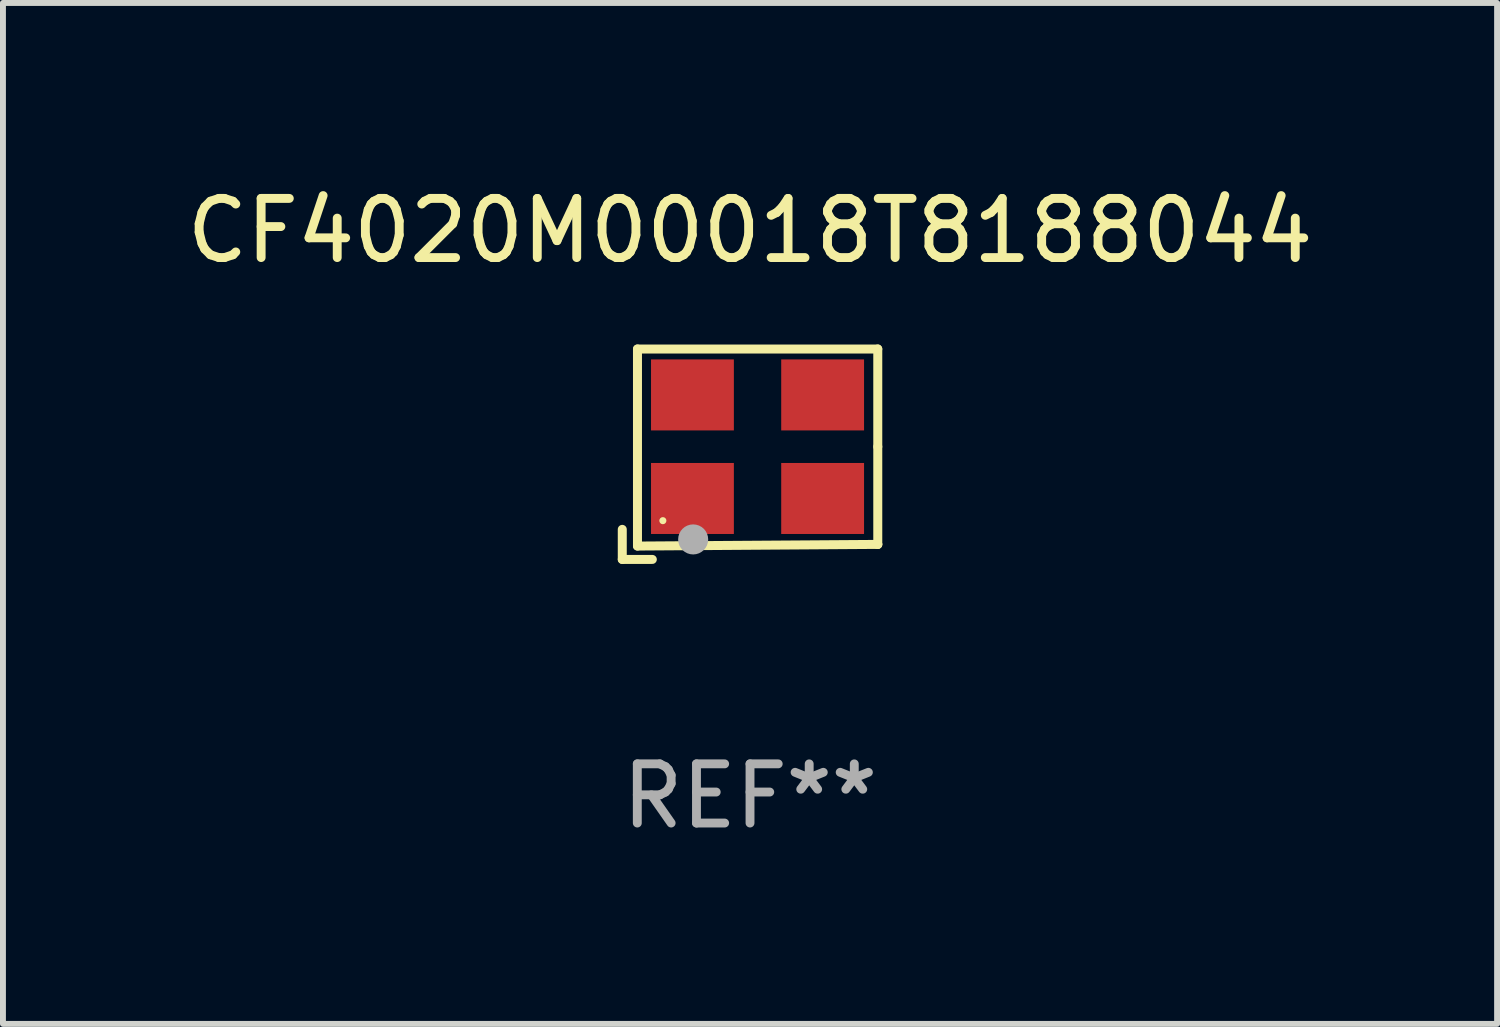
<source format=kicad_pcb>
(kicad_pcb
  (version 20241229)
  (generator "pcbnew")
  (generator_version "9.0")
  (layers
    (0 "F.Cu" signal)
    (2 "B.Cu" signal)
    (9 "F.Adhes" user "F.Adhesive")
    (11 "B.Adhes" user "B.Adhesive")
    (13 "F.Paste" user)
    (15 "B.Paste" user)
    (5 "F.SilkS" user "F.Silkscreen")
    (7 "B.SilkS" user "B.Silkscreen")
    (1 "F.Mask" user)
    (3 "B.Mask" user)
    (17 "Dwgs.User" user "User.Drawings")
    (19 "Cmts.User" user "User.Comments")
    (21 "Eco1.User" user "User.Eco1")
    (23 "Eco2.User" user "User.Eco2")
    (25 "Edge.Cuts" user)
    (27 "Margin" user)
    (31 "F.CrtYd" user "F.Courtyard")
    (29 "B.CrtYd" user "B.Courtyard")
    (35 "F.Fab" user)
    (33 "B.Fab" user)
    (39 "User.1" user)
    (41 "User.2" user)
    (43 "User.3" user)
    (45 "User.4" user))
  (footprint "CF4020M00018T8188044"
    (layer "F.Cu")
    (at 9.625 4.626)
    (property "Reference" "CF4020M00018T8188044" (at 0 -3.778 0) (layer "F.SilkS") (effects (font (size 1 1) (thickness 0.15))))
    (attr through_hole)
    (fp_line (start -2.159 1.27) (end -2.159 1.778) (stroke (width 0.152) (type solid)) (layer "F.SilkS"))
    (fp_line (start -2.159 1.778) (end -1.651 1.778) (stroke (width 0.152) (type solid)) (layer "F.SilkS"))
    (fp_line (start -1.902 -1.778) (end 2.159 -1.778) (stroke (width 0.152) (type solid)) (layer "F.SilkS"))
    (fp_line (start -1.902 1.552) (end -1.902 -1.778) (stroke (width 0.152) (type solid)) (layer "F.SilkS"))
    (fp_line (start 2.159 -1.778) (end 2.159 -0.127) (stroke (width 0.152) (type solid)) (layer "F.SilkS"))
    (fp_line (start 2.159 -0.127) (end 2.159 1.524) (stroke (width 0.152) (type solid)) (layer "F.SilkS"))
    (fp_line (start 2.159 1.524) (end -1.902 1.552) (stroke (width 0.152) (type solid)) (layer "F.SilkS"))
    (fp_line (start 2.159 1.524) (end 2.159 1.524) (stroke (width 0.152) (type solid)) (layer "F.SilkS"))
    (fp_circle (center -1.473 1.123) (end -1.443 1.123) (stroke (width 0.06) (type solid)) (fill no) (layer "F.SilkS"))
    (fp_circle (center -0.961 1.44) (end -0.834 1.44) (stroke (width 0.254) (type solid)) (fill no) (layer "F.Fab"))
    (fp_text user "REF**" (at 0 5.778 0) (layer "F.Fab") (effects (font (size 1 1) (thickness 0.15))))
    (pad "1" smd rect (at -0.973 0.748) (size 1.4 1.2) (layers "F.Cu" "F.Mask" "F.Paste"))
    (pad "2" smd rect (at 1.227 0.748) (size 1.4 1.2) (layers "F.Cu" "F.Mask" "F.Paste"))
    (pad "3" smd rect (at 1.227 -1.002) (size 1.4 1.2) (layers "F.Cu" "F.Mask" "F.Paste"))
    (pad "4" smd rect (at -0.973 -1.002) (size 1.4 1.2) (layers "F.Cu" "F.Mask" "F.Paste")))
  (gr_rect
    (start -3 -3)
    (end 22.25 14.253)
    (stroke (width 0.1) (type default))
    (fill no)
    (layer "Edge.Cuts")))
</source>
